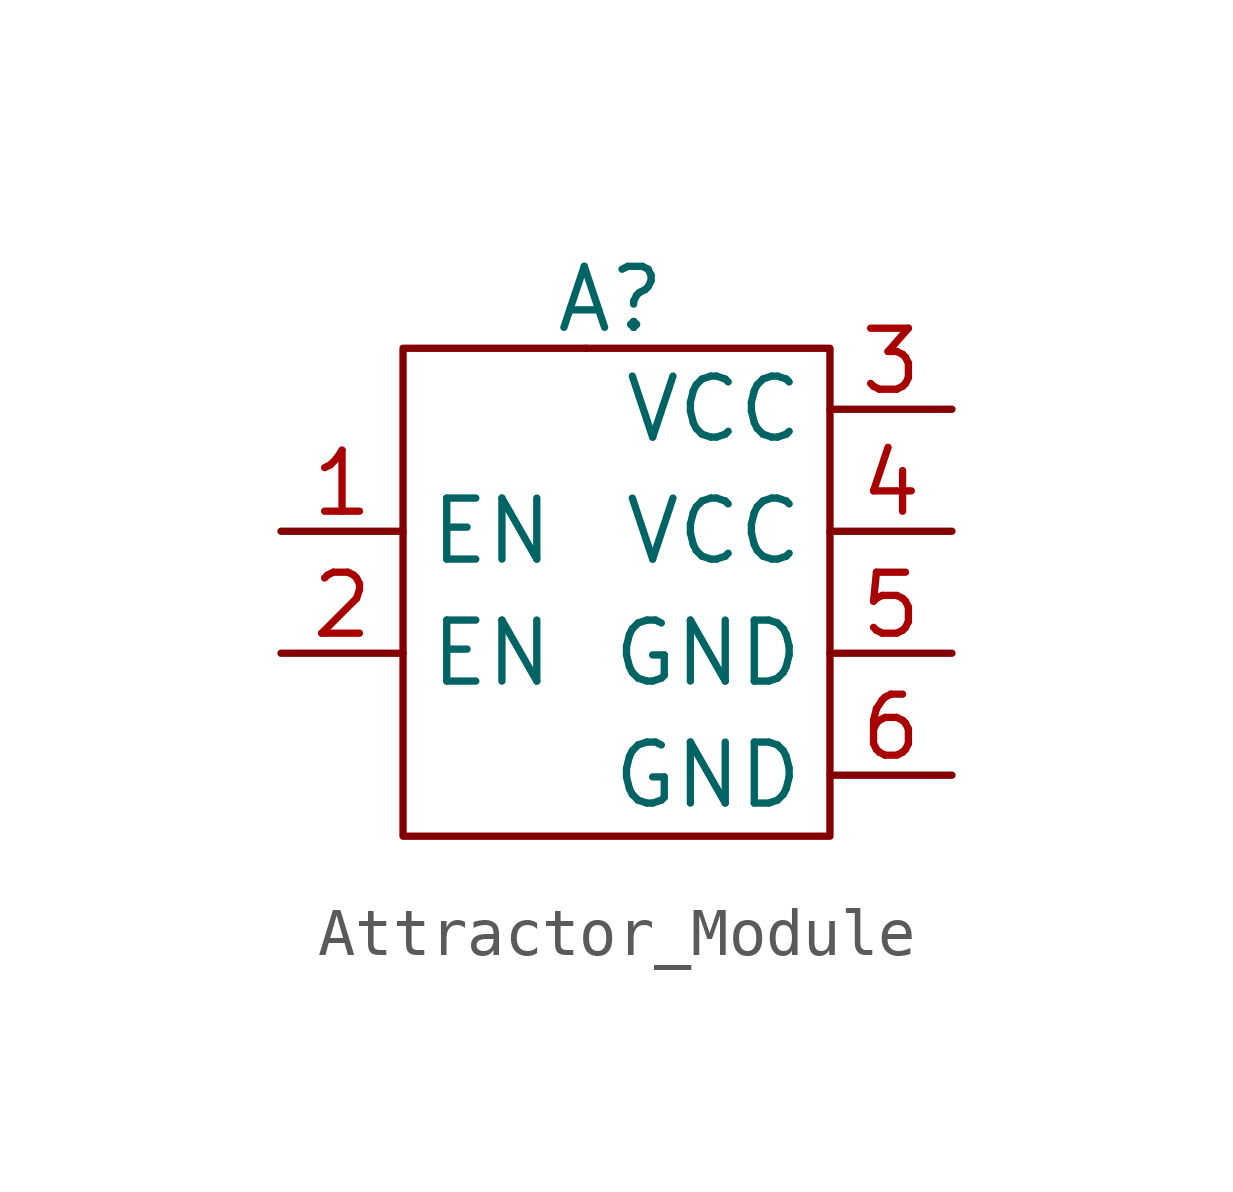
<source format=kicad_sym>
(kicad_symbol_lib
  (version 20241209)
  (generator "kicad_symbol_editor")
  (generator_version "9.0")
  (symbol "Attractor_Module"
    (property "Reference" "A"
      (at 0.508 1.016 0)
      (effects (font (size 1.27 1.27))))
    (property "Value" ""
      (at 0 0 0)
      (effects (font (size 1.27 1.27))))
    (symbol "Attractor_Module_0_1"
      (rectangle (start -3.81 0) (end 5.08 -10.16) (stroke (width 0) (type default)) (fill (type none)))
      (rectangle (start 0 0) (end 0 0) (stroke (width 0) (type default)) (fill (type none))))
    (symbol "Attractor_Module_1_1"
      (pin input line (at -6.35 -3.81 0) (length 2.54) (name "EN" (effects (font (size 1.27 1.27)))) (number "1" (effects (font (size 1.27 1.27)))))
      (pin input line (at -6.35 -6.35 0) (length 2.54) (name "EN" (effects (font (size 1.27 1.27)))) (number "2" (effects (font (size 1.27 1.27)))))
      (pin input line (at 7.62 -1.27 180) (length 2.54) (name "VCC" (effects (font (size 1.27 1.27)))) (number "3" (effects (font (size 1.27 1.27)))))
      (pin input line (at 7.62 -3.81 180) (length 2.54) (name "VCC" (effects (font (size 1.27 1.27)))) (number "4" (effects (font (size 1.27 1.27)))))
      (pin input line (at 7.62 -6.35 180) (length 2.54) (name "GND" (effects (font (size 1.27 1.27)))) (number "5" (effects (font (size 1.27 1.27)))))
      (pin input line (at 7.62 -8.89 180) (length 2.54) (name "GND" (effects (font (size 1.27 1.27)))) (number "6" (effects (font (size 1.27 1.27))))))))
</source>
